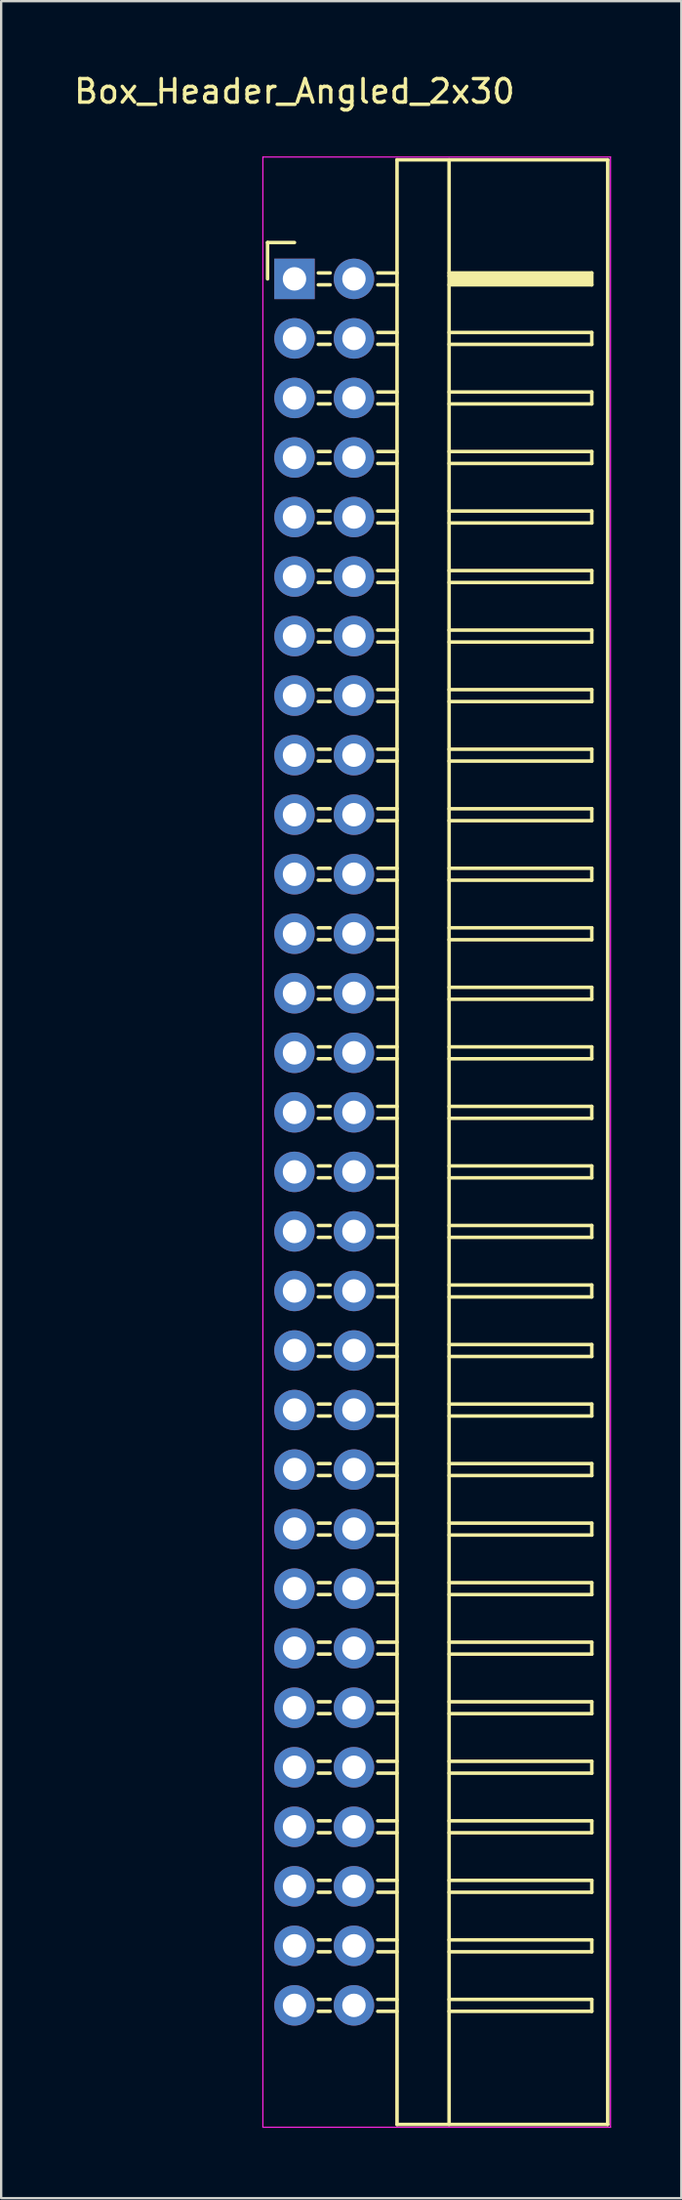
<source format=kicad_pcb>
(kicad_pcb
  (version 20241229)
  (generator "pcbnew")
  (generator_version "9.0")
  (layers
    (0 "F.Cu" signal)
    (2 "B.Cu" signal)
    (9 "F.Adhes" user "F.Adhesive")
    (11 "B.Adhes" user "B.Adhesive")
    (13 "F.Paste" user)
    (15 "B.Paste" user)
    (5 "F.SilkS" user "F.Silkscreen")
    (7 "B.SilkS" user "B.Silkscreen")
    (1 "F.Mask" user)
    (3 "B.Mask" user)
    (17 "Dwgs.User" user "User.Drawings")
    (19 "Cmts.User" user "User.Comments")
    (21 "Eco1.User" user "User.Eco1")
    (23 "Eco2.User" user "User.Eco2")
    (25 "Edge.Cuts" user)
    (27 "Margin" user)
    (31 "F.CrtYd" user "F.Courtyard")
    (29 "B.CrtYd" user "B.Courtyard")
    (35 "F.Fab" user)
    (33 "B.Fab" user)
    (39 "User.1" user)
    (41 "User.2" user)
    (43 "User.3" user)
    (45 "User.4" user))
  (footprint "Box_Header_Angled_2x30"
    (layer "F.Cu")
    (at 9.53 8.848)
    (property "Reference" "Box_Header_Angled_2x30" (at 0 -8 0) (layer "F.SilkS") (effects (font (size 1 1) (thickness 0.15))))
    (attr through_hole)
    (fp_line (start -1.15 -1.55) (end -1.15 0) (stroke (width 0.15) (type solid)) (layer "F.SilkS"))
    (fp_line (start 0 -1.55) (end -1.15 -1.55) (stroke (width 0.15) (type solid)) (layer "F.SilkS"))
    (fp_line (start 1.524 -0.254) (end 1.016 -0.254) (stroke (width 0.15) (type solid)) (layer "F.SilkS"))
    (fp_line (start 1.524 0.254) (end 1.016 0.254) (stroke (width 0.15) (type solid)) (layer "F.SilkS"))
    (fp_line (start 1.524 2.286) (end 1.016 2.286) (stroke (width 0.15) (type solid)) (layer "F.SilkS"))
    (fp_line (start 1.524 2.794) (end 1.016 2.794) (stroke (width 0.15) (type solid)) (layer "F.SilkS"))
    (fp_line (start 1.524 4.826) (end 1.016 4.826) (stroke (width 0.15) (type solid)) (layer "F.SilkS"))
    (fp_line (start 1.524 5.334) (end 1.016 5.334) (stroke (width 0.15) (type solid)) (layer "F.SilkS"))
    (fp_line (start 1.524 7.366) (end 1.016 7.366) (stroke (width 0.15) (type solid)) (layer "F.SilkS"))
    (fp_line (start 1.524 7.874) (end 1.016 7.874) (stroke (width 0.15) (type solid)) (layer "F.SilkS"))
    (fp_line (start 1.524 9.906) (end 1.016 9.906) (stroke (width 0.15) (type solid)) (layer "F.SilkS"))
    (fp_line (start 1.524 10.414) (end 1.016 10.414) (stroke (width 0.15) (type solid)) (layer "F.SilkS"))
    (fp_line (start 1.524 12.446) (end 1.016 12.446) (stroke (width 0.15) (type solid)) (layer "F.SilkS"))
    (fp_line (start 1.524 12.954) (end 1.016 12.954) (stroke (width 0.15) (type solid)) (layer "F.SilkS"))
    (fp_line (start 1.524 14.986) (end 1.016 14.986) (stroke (width 0.15) (type solid)) (layer "F.SilkS"))
    (fp_line (start 1.524 15.494) (end 1.016 15.494) (stroke (width 0.15) (type solid)) (layer "F.SilkS"))
    (fp_line (start 1.524 17.526) (end 1.016 17.526) (stroke (width 0.15) (type solid)) (layer "F.SilkS"))
    (fp_line (start 1.524 18.034) (end 1.016 18.034) (stroke (width 0.15) (type solid)) (layer "F.SilkS"))
    (fp_line (start 1.524 20.066) (end 1.016 20.066) (stroke (width 0.15) (type solid)) (layer "F.SilkS"))
    (fp_line (start 1.524 20.574) (end 1.016 20.574) (stroke (width 0.15) (type solid)) (layer "F.SilkS"))
    (fp_line (start 1.524 22.606) (end 1.016 22.606) (stroke (width 0.15) (type solid)) (layer "F.SilkS"))
    (fp_line (start 1.524 23.114) (end 1.016 23.114) (stroke (width 0.15) (type solid)) (layer "F.SilkS"))
    (fp_line (start 1.524 25.146) (end 1.016 25.146) (stroke (width 0.15) (type solid)) (layer "F.SilkS"))
    (fp_line (start 1.524 25.654) (end 1.016 25.654) (stroke (width 0.15) (type solid)) (layer "F.SilkS"))
    (fp_line (start 1.524 27.686) (end 1.016 27.686) (stroke (width 0.15) (type solid)) (layer "F.SilkS"))
    (fp_line (start 1.524 28.194) (end 1.016 28.194) (stroke (width 0.15) (type solid)) (layer "F.SilkS"))
    (fp_line (start 1.524 30.226) (end 1.016 30.226) (stroke (width 0.15) (type solid)) (layer "F.SilkS"))
    (fp_line (start 1.524 30.734) (end 1.016 30.734) (stroke (width 0.15) (type solid)) (layer "F.SilkS"))
    (fp_line (start 1.524 32.766) (end 1.016 32.766) (stroke (width 0.15) (type solid)) (layer "F.SilkS"))
    (fp_line (start 1.524 33.274) (end 1.016 33.274) (stroke (width 0.15) (type solid)) (layer "F.SilkS"))
    (fp_line (start 1.524 35.306) (end 1.016 35.306) (stroke (width 0.15) (type solid)) (layer "F.SilkS"))
    (fp_line (start 1.524 35.814) (end 1.016 35.814) (stroke (width 0.15) (type solid)) (layer "F.SilkS"))
    (fp_line (start 1.524 37.846) (end 1.016 37.846) (stroke (width 0.15) (type solid)) (layer "F.SilkS"))
    (fp_line (start 1.524 38.354) (end 1.016 38.354) (stroke (width 0.15) (type solid)) (layer "F.SilkS"))
    (fp_line (start 1.524 40.386) (end 1.016 40.386) (stroke (width 0.15) (type solid)) (layer "F.SilkS"))
    (fp_line (start 1.524 40.894) (end 1.016 40.894) (stroke (width 0.15) (type solid)) (layer "F.SilkS"))
    (fp_line (start 1.524 42.926) (end 1.016 42.926) (stroke (width 0.15) (type solid)) (layer "F.SilkS"))
    (fp_line (start 1.524 43.434) (end 1.016 43.434) (stroke (width 0.15) (type solid)) (layer "F.SilkS"))
    (fp_line (start 1.524 45.466) (end 1.016 45.466) (stroke (width 0.15) (type solid)) (layer "F.SilkS"))
    (fp_line (start 1.524 45.974) (end 1.016 45.974) (stroke (width 0.15) (type solid)) (layer "F.SilkS"))
    (fp_line (start 1.524 48.006) (end 1.016 48.006) (stroke (width 0.15) (type solid)) (layer "F.SilkS"))
    (fp_line (start 1.524 48.514) (end 1.016 48.514) (stroke (width 0.15) (type solid)) (layer "F.SilkS"))
    (fp_line (start 1.524 50.546) (end 1.016 50.546) (stroke (width 0.15) (type solid)) (layer "F.SilkS"))
    (fp_line (start 1.524 51.054) (end 1.016 51.054) (stroke (width 0.15) (type solid)) (layer "F.SilkS"))
    (fp_line (start 1.524 53.086) (end 1.016 53.086) (stroke (width 0.15) (type solid)) (layer "F.SilkS"))
    (fp_line (start 1.524 53.594) (end 1.016 53.594) (stroke (width 0.15) (type solid)) (layer "F.SilkS"))
    (fp_line (start 1.524 55.626) (end 1.016 55.626) (stroke (width 0.15) (type solid)) (layer "F.SilkS"))
    (fp_line (start 1.524 56.134) (end 1.016 56.134) (stroke (width 0.15) (type solid)) (layer "F.SilkS"))
    (fp_line (start 1.524 58.166) (end 1.016 58.166) (stroke (width 0.15) (type solid)) (layer "F.SilkS"))
    (fp_line (start 1.524 58.674) (end 1.016 58.674) (stroke (width 0.15) (type solid)) (layer "F.SilkS"))
    (fp_line (start 1.524 60.706) (end 1.016 60.706) (stroke (width 0.15) (type solid)) (layer "F.SilkS"))
    (fp_line (start 1.524 61.214) (end 1.016 61.214) (stroke (width 0.15) (type solid)) (layer "F.SilkS"))
    (fp_line (start 1.524 63.246) (end 1.016 63.246) (stroke (width 0.15) (type solid)) (layer "F.SilkS"))
    (fp_line (start 1.524 63.754) (end 1.016 63.754) (stroke (width 0.15) (type solid)) (layer "F.SilkS"))
    (fp_line (start 1.524 65.786) (end 1.016 65.786) (stroke (width 0.15) (type solid)) (layer "F.SilkS"))
    (fp_line (start 1.524 66.294) (end 1.016 66.294) (stroke (width 0.15) (type solid)) (layer "F.SilkS"))
    (fp_line (start 1.524 68.326) (end 1.016 68.326) (stroke (width 0.15) (type solid)) (layer "F.SilkS"))
    (fp_line (start 1.524 68.834) (end 1.016 68.834) (stroke (width 0.15) (type solid)) (layer "F.SilkS"))
    (fp_line (start 1.524 70.866) (end 1.016 70.866) (stroke (width 0.15) (type solid)) (layer "F.SilkS"))
    (fp_line (start 1.524 71.374) (end 1.016 71.374) (stroke (width 0.15) (type solid)) (layer "F.SilkS"))
    (fp_line (start 1.524 73.406) (end 1.016 73.406) (stroke (width 0.15) (type solid)) (layer "F.SilkS"))
    (fp_line (start 1.524 73.914) (end 1.016 73.914) (stroke (width 0.15) (type solid)) (layer "F.SilkS"))
    (fp_line (start 4.38 -5.08) (end 4.38 78.74) (stroke (width 0.15) (type solid)) (layer "F.SilkS"))
    (fp_line (start 4.38 -5.08) (end 13.38 -5.08) (stroke (width 0.15) (type solid)) (layer "F.SilkS"))
    (fp_line (start 4.38 -0.254) (end 3.556 -0.254) (stroke (width 0.15) (type solid)) (layer "F.SilkS"))
    (fp_line (start 4.38 0.254) (end 3.556 0.254) (stroke (width 0.15) (type solid)) (layer "F.SilkS"))
    (fp_line (start 4.38 2.286) (end 3.556 2.286) (stroke (width 0.15) (type solid)) (layer "F.SilkS"))
    (fp_line (start 4.38 2.794) (end 3.556 2.794) (stroke (width 0.15) (type solid)) (layer "F.SilkS"))
    (fp_line (start 4.38 4.826) (end 3.556 4.826) (stroke (width 0.15) (type solid)) (layer "F.SilkS"))
    (fp_line (start 4.38 5.334) (end 3.556 5.334) (stroke (width 0.15) (type solid)) (layer "F.SilkS"))
    (fp_line (start 4.38 7.366) (end 3.556 7.366) (stroke (width 0.15) (type solid)) (layer "F.SilkS"))
    (fp_line (start 4.38 7.874) (end 3.556 7.874) (stroke (width 0.15) (type solid)) (layer "F.SilkS"))
    (fp_line (start 4.38 9.906) (end 3.556 9.906) (stroke (width 0.15) (type solid)) (layer "F.SilkS"))
    (fp_line (start 4.38 10.414) (end 3.556 10.414) (stroke (width 0.15) (type solid)) (layer "F.SilkS"))
    (fp_line (start 4.38 12.446) (end 3.556 12.446) (stroke (width 0.15) (type solid)) (layer "F.SilkS"))
    (fp_line (start 4.38 12.954) (end 3.556 12.954) (stroke (width 0.15) (type solid)) (layer "F.SilkS"))
    (fp_line (start 4.38 14.986) (end 3.556 14.986) (stroke (width 0.15) (type solid)) (layer "F.SilkS"))
    (fp_line (start 4.38 15.494) (end 3.556 15.494) (stroke (width 0.15) (type solid)) (layer "F.SilkS"))
    (fp_line (start 4.38 17.526) (end 3.556 17.526) (stroke (width 0.15) (type solid)) (layer "F.SilkS"))
    (fp_line (start 4.38 18.034) (end 3.556 18.034) (stroke (width 0.15) (type solid)) (layer "F.SilkS"))
    (fp_line (start 4.38 20.066) (end 3.556 20.066) (stroke (width 0.15) (type solid)) (layer "F.SilkS"))
    (fp_line (start 4.38 20.574) (end 3.556 20.574) (stroke (width 0.15) (type solid)) (layer "F.SilkS"))
    (fp_line (start 4.38 22.606) (end 3.556 22.606) (stroke (width 0.15) (type solid)) (layer "F.SilkS"))
    (fp_line (start 4.38 23.114) (end 3.556 23.114) (stroke (width 0.15) (type solid)) (layer "F.SilkS"))
    (fp_line (start 4.38 25.146) (end 3.556 25.146) (stroke (width 0.15) (type solid)) (layer "F.SilkS"))
    (fp_line (start 4.38 25.654) (end 3.556 25.654) (stroke (width 0.15) (type solid)) (layer "F.SilkS"))
    (fp_line (start 4.38 27.686) (end 3.556 27.686) (stroke (width 0.15) (type solid)) (layer "F.SilkS"))
    (fp_line (start 4.38 28.194) (end 3.556 28.194) (stroke (width 0.15) (type solid)) (layer "F.SilkS"))
    (fp_line (start 4.38 30.226) (end 3.556 30.226) (stroke (width 0.15) (type solid)) (layer "F.SilkS"))
    (fp_line (start 4.38 30.734) (end 3.556 30.734) (stroke (width 0.15) (type solid)) (layer "F.SilkS"))
    (fp_line (start 4.38 32.766) (end 3.556 32.766) (stroke (width 0.15) (type solid)) (layer "F.SilkS"))
    (fp_line (start 4.38 33.274) (end 3.556 33.274) (stroke (width 0.15) (type solid)) (layer "F.SilkS"))
    (fp_line (start 4.38 35.306) (end 3.556 35.306) (stroke (width 0.15) (type solid)) (layer "F.SilkS"))
    (fp_line (start 4.38 35.814) (end 3.556 35.814) (stroke (width 0.15) (type solid)) (layer "F.SilkS"))
    (fp_line (start 4.38 37.846) (end 3.556 37.846) (stroke (width 0.15) (type solid)) (layer "F.SilkS"))
    (fp_line (start 4.38 38.354) (end 3.556 38.354) (stroke (width 0.15) (type solid)) (layer "F.SilkS"))
    (fp_line (start 4.38 40.386) (end 3.556 40.386) (stroke (width 0.15) (type solid)) (layer "F.SilkS"))
    (fp_line (start 4.38 40.894) (end 3.556 40.894) (stroke (width 0.15) (type solid)) (layer "F.SilkS"))
    (fp_line (start 4.38 42.926) (end 3.556 42.926) (stroke (width 0.15) (type solid)) (layer "F.SilkS"))
    (fp_line (start 4.38 43.434) (end 3.556 43.434) (stroke (width 0.15) (type solid)) (layer "F.SilkS"))
    (fp_line (start 4.38 45.466) (end 3.556 45.466) (stroke (width 0.15) (type solid)) (layer "F.SilkS"))
    (fp_line (start 4.38 45.974) (end 3.556 45.974) (stroke (width 0.15) (type solid)) (layer "F.SilkS"))
    (fp_line (start 4.38 48.006) (end 3.556 48.006) (stroke (width 0.15) (type solid)) (layer "F.SilkS"))
    (fp_line (start 4.38 48.514) (end 3.556 48.514) (stroke (width 0.15) (type solid)) (layer "F.SilkS"))
    (fp_line (start 4.38 50.546) (end 3.556 50.546) (stroke (width 0.15) (type solid)) (layer "F.SilkS"))
    (fp_line (start 4.38 51.054) (end 3.556 51.054) (stroke (width 0.15) (type solid)) (layer "F.SilkS"))
    (fp_line (start 4.38 53.086) (end 3.556 53.086) (stroke (width 0.15) (type solid)) (layer "F.SilkS"))
    (fp_line (start 4.38 53.594) (end 3.556 53.594) (stroke (width 0.15) (type solid)) (layer "F.SilkS"))
    (fp_line (start 4.38 55.626) (end 3.556 55.626) (stroke (width 0.15) (type solid)) (layer "F.SilkS"))
    (fp_line (start 4.38 56.134) (end 3.556 56.134) (stroke (width 0.15) (type solid)) (layer "F.SilkS"))
    (fp_line (start 4.38 58.166) (end 3.556 58.166) (stroke (width 0.15) (type solid)) (layer "F.SilkS"))
    (fp_line (start 4.38 58.674) (end 3.556 58.674) (stroke (width 0.15) (type solid)) (layer "F.SilkS"))
    (fp_line (start 4.38 60.706) (end 3.556 60.706) (stroke (width 0.15) (type solid)) (layer "F.SilkS"))
    (fp_line (start 4.38 61.214) (end 3.556 61.214) (stroke (width 0.15) (type solid)) (layer "F.SilkS"))
    (fp_line (start 4.38 63.246) (end 3.556 63.246) (stroke (width 0.15) (type solid)) (layer "F.SilkS"))
    (fp_line (start 4.38 63.754) (end 3.556 63.754) (stroke (width 0.15) (type solid)) (layer "F.SilkS"))
    (fp_line (start 4.38 65.786) (end 3.556 65.786) (stroke (width 0.15) (type solid)) (layer "F.SilkS"))
    (fp_line (start 4.38 66.294) (end 3.556 66.294) (stroke (width 0.15) (type solid)) (layer "F.SilkS"))
    (fp_line (start 4.38 68.326) (end 3.556 68.326) (stroke (width 0.15) (type solid)) (layer "F.SilkS"))
    (fp_line (start 4.38 68.834) (end 3.556 68.834) (stroke (width 0.15) (type solid)) (layer "F.SilkS"))
    (fp_line (start 4.38 70.866) (end 3.556 70.866) (stroke (width 0.15) (type solid)) (layer "F.SilkS"))
    (fp_line (start 4.38 71.374) (end 3.556 71.374) (stroke (width 0.15) (type solid)) (layer "F.SilkS"))
    (fp_line (start 4.38 73.406) (end 3.556 73.406) (stroke (width 0.15) (type solid)) (layer "F.SilkS"))
    (fp_line (start 4.38 73.914) (end 3.556 73.914) (stroke (width 0.15) (type solid)) (layer "F.SilkS"))
    (fp_line (start 4.38 78.74) (end 13.38 78.74) (stroke (width 0.15) (type solid)) (layer "F.SilkS"))
    (fp_line (start 6.604 -5.08) (end 6.604 78.74) (stroke (width 0.15) (type solid)) (layer "F.SilkS"))
    (fp_line (start 6.604 -0.254) (end 12.7 -0.254) (stroke (width 0.15) (type solid)) (layer "F.SilkS"))
    (fp_line (start 6.604 -0.127) (end 12.573 -0.127) (stroke (width 0.15) (type solid)) (layer "F.SilkS"))
    (fp_line (start 6.604 2.286) (end 12.7 2.286) (stroke (width 0.15) (type solid)) (layer "F.SilkS"))
    (fp_line (start 6.604 4.826) (end 12.7 4.826) (stroke (width 0.15) (type solid)) (layer "F.SilkS"))
    (fp_line (start 6.604 7.366) (end 12.7 7.366) (stroke (width 0.15) (type solid)) (layer "F.SilkS"))
    (fp_line (start 6.604 9.906) (end 12.7 9.906) (stroke (width 0.15) (type solid)) (layer "F.SilkS"))
    (fp_line (start 6.604 12.446) (end 12.7 12.446) (stroke (width 0.15) (type solid)) (layer "F.SilkS"))
    (fp_line (start 6.604 14.986) (end 12.7 14.986) (stroke (width 0.15) (type solid)) (layer "F.SilkS"))
    (fp_line (start 6.604 17.526) (end 12.7 17.526) (stroke (width 0.15) (type solid)) (layer "F.SilkS"))
    (fp_line (start 6.604 20.066) (end 12.7 20.066) (stroke (width 0.15) (type solid)) (layer "F.SilkS"))
    (fp_line (start 6.604 22.606) (end 12.7 22.606) (stroke (width 0.15) (type solid)) (layer "F.SilkS"))
    (fp_line (start 6.604 25.146) (end 12.7 25.146) (stroke (width 0.15) (type solid)) (layer "F.SilkS"))
    (fp_line (start 6.604 27.686) (end 12.7 27.686) (stroke (width 0.15) (type solid)) (layer "F.SilkS"))
    (fp_line (start 6.604 30.226) (end 12.7 30.226) (stroke (width 0.15) (type solid)) (layer "F.SilkS"))
    (fp_line (start 6.604 32.766) (end 12.7 32.766) (stroke (width 0.15) (type solid)) (layer "F.SilkS"))
    (fp_line (start 6.604 35.306) (end 12.7 35.306) (stroke (width 0.15) (type solid)) (layer "F.SilkS"))
    (fp_line (start 6.604 37.846) (end 12.7 37.846) (stroke (width 0.15) (type solid)) (layer "F.SilkS"))
    (fp_line (start 6.604 40.386) (end 12.7 40.386) (stroke (width 0.15) (type solid)) (layer "F.SilkS"))
    (fp_line (start 6.604 42.926) (end 12.7 42.926) (stroke (width 0.15) (type solid)) (layer "F.SilkS"))
    (fp_line (start 6.604 45.466) (end 12.7 45.466) (stroke (width 0.15) (type solid)) (layer "F.SilkS"))
    (fp_line (start 6.604 48.006) (end 12.7 48.006) (stroke (width 0.15) (type solid)) (layer "F.SilkS"))
    (fp_line (start 6.604 50.546) (end 12.7 50.546) (stroke (width 0.15) (type solid)) (layer "F.SilkS"))
    (fp_line (start 6.604 53.086) (end 12.7 53.086) (stroke (width 0.15) (type solid)) (layer "F.SilkS"))
    (fp_line (start 6.604 55.626) (end 12.7 55.626) (stroke (width 0.15) (type solid)) (layer "F.SilkS"))
    (fp_line (start 6.604 58.166) (end 12.7 58.166) (stroke (width 0.15) (type solid)) (layer "F.SilkS"))
    (fp_line (start 6.604 60.706) (end 12.7 60.706) (stroke (width 0.15) (type solid)) (layer "F.SilkS"))
    (fp_line (start 6.604 63.246) (end 12.7 63.246) (stroke (width 0.15) (type solid)) (layer "F.SilkS"))
    (fp_line (start 6.604 65.786) (end 12.7 65.786) (stroke (width 0.15) (type solid)) (layer "F.SilkS"))
    (fp_line (start 6.604 68.326) (end 12.7 68.326) (stroke (width 0.15) (type solid)) (layer "F.SilkS"))
    (fp_line (start 6.604 70.866) (end 12.7 70.866) (stroke (width 0.15) (type solid)) (layer "F.SilkS"))
    (fp_line (start 6.604 73.406) (end 12.7 73.406) (stroke (width 0.15) (type solid)) (layer "F.SilkS"))
    (fp_line (start 6.731 0) (end 12.573 0) (stroke (width 0.15) (type solid)) (layer "F.SilkS"))
    (fp_line (start 6.731 0.127) (end 6.731 0) (stroke (width 0.15) (type solid)) (layer "F.SilkS"))
    (fp_line (start 12.573 -0.127) (end 12.573 0.127) (stroke (width 0.15) (type solid)) (layer "F.SilkS"))
    (fp_line (start 12.573 0.127) (end 6.731 0.127) (stroke (width 0.15) (type solid)) (layer "F.SilkS"))
    (fp_line (start 12.7 -0.254) (end 12.7 0.254) (stroke (width 0.15) (type solid)) (layer "F.SilkS"))
    (fp_line (start 12.7 0.254) (end 6.604 0.254) (stroke (width 0.15) (type solid)) (layer "F.SilkS"))
    (fp_line (start 12.7 2.286) (end 12.7 2.794) (stroke (width 0.15) (type solid)) (layer "F.SilkS"))
    (fp_line (start 12.7 2.794) (end 6.604 2.794) (stroke (width 0.15) (type solid)) (layer "F.SilkS"))
    (fp_line (start 12.7 4.826) (end 12.7 5.334) (stroke (width 0.15) (type solid)) (layer "F.SilkS"))
    (fp_line (start 12.7 5.334) (end 6.604 5.334) (stroke (width 0.15) (type solid)) (layer "F.SilkS"))
    (fp_line (start 12.7 7.366) (end 12.7 7.874) (stroke (width 0.15) (type solid)) (layer "F.SilkS"))
    (fp_line (start 12.7 7.874) (end 6.604 7.874) (stroke (width 0.15) (type solid)) (layer "F.SilkS"))
    (fp_line (start 12.7 9.906) (end 12.7 10.414) (stroke (width 0.15) (type solid)) (layer "F.SilkS"))
    (fp_line (start 12.7 10.414) (end 6.604 10.414) (stroke (width 0.15) (type solid)) (layer "F.SilkS"))
    (fp_line (start 12.7 12.446) (end 12.7 12.954) (stroke (width 0.15) (type solid)) (layer "F.SilkS"))
    (fp_line (start 12.7 12.954) (end 6.604 12.954) (stroke (width 0.15) (type solid)) (layer "F.SilkS"))
    (fp_line (start 12.7 14.986) (end 12.7 15.494) (stroke (width 0.15) (type solid)) (layer "F.SilkS"))
    (fp_line (start 12.7 15.494) (end 6.604 15.494) (stroke (width 0.15) (type solid)) (layer "F.SilkS"))
    (fp_line (start 12.7 17.526) (end 12.7 18.034) (stroke (width 0.15) (type solid)) (layer "F.SilkS"))
    (fp_line (start 12.7 18.034) (end 6.604 18.034) (stroke (width 0.15) (type solid)) (layer "F.SilkS"))
    (fp_line (start 12.7 20.066) (end 12.7 20.574) (stroke (width 0.15) (type solid)) (layer "F.SilkS"))
    (fp_line (start 12.7 20.574) (end 6.604 20.574) (stroke (width 0.15) (type solid)) (layer "F.SilkS"))
    (fp_line (start 12.7 22.606) (end 12.7 23.114) (stroke (width 0.15) (type solid)) (layer "F.SilkS"))
    (fp_line (start 12.7 23.114) (end 6.604 23.114) (stroke (width 0.15) (type solid)) (layer "F.SilkS"))
    (fp_line (start 12.7 25.146) (end 12.7 25.654) (stroke (width 0.15) (type solid)) (layer "F.SilkS"))
    (fp_line (start 12.7 25.654) (end 6.604 25.654) (stroke (width 0.15) (type solid)) (layer "F.SilkS"))
    (fp_line (start 12.7 27.686) (end 12.7 28.194) (stroke (width 0.15) (type solid)) (layer "F.SilkS"))
    (fp_line (start 12.7 28.194) (end 6.604 28.194) (stroke (width 0.15) (type solid)) (layer "F.SilkS"))
    (fp_line (start 12.7 30.226) (end 12.7 30.734) (stroke (width 0.15) (type solid)) (layer "F.SilkS"))
    (fp_line (start 12.7 30.734) (end 6.604 30.734) (stroke (width 0.15) (type solid)) (layer "F.SilkS"))
    (fp_line (start 12.7 32.766) (end 12.7 33.274) (stroke (width 0.15) (type solid)) (layer "F.SilkS"))
    (fp_line (start 12.7 33.274) (end 6.604 33.274) (stroke (width 0.15) (type solid)) (layer "F.SilkS"))
    (fp_line (start 12.7 35.306) (end 12.7 35.814) (stroke (width 0.15) (type solid)) (layer "F.SilkS"))
    (fp_line (start 12.7 35.814) (end 6.604 35.814) (stroke (width 0.15) (type solid)) (layer "F.SilkS"))
    (fp_line (start 12.7 37.846) (end 12.7 38.354) (stroke (width 0.15) (type solid)) (layer "F.SilkS"))
    (fp_line (start 12.7 38.354) (end 6.604 38.354) (stroke (width 0.15) (type solid)) (layer "F.SilkS"))
    (fp_line (start 12.7 40.386) (end 12.7 40.894) (stroke (width 0.15) (type solid)) (layer "F.SilkS"))
    (fp_line (start 12.7 40.894) (end 6.604 40.894) (stroke (width 0.15) (type solid)) (layer "F.SilkS"))
    (fp_line (start 12.7 42.926) (end 12.7 43.434) (stroke (width 0.15) (type solid)) (layer "F.SilkS"))
    (fp_line (start 12.7 43.434) (end 6.604 43.434) (stroke (width 0.15) (type solid)) (layer "F.SilkS"))
    (fp_line (start 12.7 45.466) (end 12.7 45.974) (stroke (width 0.15) (type solid)) (layer "F.SilkS"))
    (fp_line (start 12.7 45.974) (end 6.604 45.974) (stroke (width 0.15) (type solid)) (layer "F.SilkS"))
    (fp_line (start 12.7 48.006) (end 12.7 48.514) (stroke (width 0.15) (type solid)) (layer "F.SilkS"))
    (fp_line (start 12.7 48.514) (end 6.604 48.514) (stroke (width 0.15) (type solid)) (layer "F.SilkS"))
    (fp_line (start 12.7 50.546) (end 12.7 51.054) (stroke (width 0.15) (type solid)) (layer "F.SilkS"))
    (fp_line (start 12.7 51.054) (end 6.604 51.054) (stroke (width 0.15) (type solid)) (layer "F.SilkS"))
    (fp_line (start 12.7 53.086) (end 12.7 53.594) (stroke (width 0.15) (type solid)) (layer "F.SilkS"))
    (fp_line (start 12.7 53.594) (end 6.604 53.594) (stroke (width 0.15) (type solid)) (layer "F.SilkS"))
    (fp_line (start 12.7 55.626) (end 12.7 56.134) (stroke (width 0.15) (type solid)) (layer "F.SilkS"))
    (fp_line (start 12.7 56.134) (end 6.604 56.134) (stroke (width 0.15) (type solid)) (layer "F.SilkS"))
    (fp_line (start 12.7 58.166) (end 12.7 58.674) (stroke (width 0.15) (type solid)) (layer "F.SilkS"))
    (fp_line (start 12.7 58.674) (end 6.604 58.674) (stroke (width 0.15) (type solid)) (layer "F.SilkS"))
    (fp_line (start 12.7 60.706) (end 12.7 61.214) (stroke (width 0.15) (type solid)) (layer "F.SilkS"))
    (fp_line (start 12.7 61.214) (end 6.604 61.214) (stroke (width 0.15) (type solid)) (layer "F.SilkS"))
    (fp_line (start 12.7 63.246) (end 12.7 63.754) (stroke (width 0.15) (type solid)) (layer "F.SilkS"))
    (fp_line (start 12.7 63.754) (end 6.604 63.754) (stroke (width 0.15) (type solid)) (layer "F.SilkS"))
    (fp_line (start 12.7 65.786) (end 12.7 66.294) (stroke (width 0.15) (type solid)) (layer "F.SilkS"))
    (fp_line (start 12.7 66.294) (end 6.604 66.294) (stroke (width 0.15) (type solid)) (layer "F.SilkS"))
    (fp_line (start 12.7 68.326) (end 12.7 68.834) (stroke (width 0.15) (type solid)) (layer "F.SilkS"))
    (fp_line (start 12.7 68.834) (end 6.604 68.834) (stroke (width 0.15) (type solid)) (layer "F.SilkS"))
    (fp_line (start 12.7 70.866) (end 12.7 71.374) (stroke (width 0.15) (type solid)) (layer "F.SilkS"))
    (fp_line (start 12.7 71.374) (end 6.604 71.374) (stroke (width 0.15) (type solid)) (layer "F.SilkS"))
    (fp_line (start 12.7 73.406) (end 12.7 73.914) (stroke (width 0.15) (type solid)) (layer "F.SilkS"))
    (fp_line (start 12.7 73.914) (end 6.604 73.914) (stroke (width 0.15) (type solid)) (layer "F.SilkS"))
    (fp_line (start 13.38 -5.08) (end 13.38 78.74) (stroke (width 0.15) (type solid)) (layer "F.SilkS"))
    (fp_line (start -1.35 -5.2) (end -1.35 78.86) (stroke (width 0.05) (type solid)) (layer "F.CrtYd"))
    (fp_line (start -1.35 -5.2) (end 13.5 -5.2) (stroke (width 0.05) (type solid)) (layer "F.CrtYd"))
    (fp_line (start -1.35 78.86) (end 13.5 78.86) (stroke (width 0.05) (type solid)) (layer "F.CrtYd"))
    (fp_line (start 13.5 -5.2) (end 13.5 78.86) (stroke (width 0.05) (type solid)) (layer "F.CrtYd"))
    (pad "1" thru_hole rect (at 0 0) (size 1.727 1.727) (drill 1) (layers "*.Cu" "*.Mask"))
    (pad "2" thru_hole oval (at 2.54 0) (size 1.727 1.727) (drill 1) (layers "*.Cu" "*.Mask"))
    (pad "3" thru_hole oval (at 0 2.54) (size 1.727 1.727) (drill 1) (layers "*.Cu" "*.Mask"))
    (pad "4" thru_hole oval (at 2.54 2.54) (size 1.727 1.727) (drill 1) (layers "*.Cu" "*.Mask"))
    (pad "5" thru_hole oval (at 0 5.08) (size 1.727 1.727) (drill 1) (layers "*.Cu" "*.Mask"))
    (pad "6" thru_hole oval (at 2.54 5.08) (size 1.727 1.727) (drill 1) (layers "*.Cu" "*.Mask"))
    (pad "7" thru_hole oval (at 0 7.62) (size 1.727 1.727) (drill 1) (layers "*.Cu" "*.Mask"))
    (pad "8" thru_hole oval (at 2.54 7.62) (size 1.727 1.727) (drill 1) (layers "*.Cu" "*.Mask"))
    (pad "9" thru_hole oval (at 0 10.16) (size 1.727 1.727) (drill 1) (layers "*.Cu" "*.Mask"))
    (pad "10" thru_hole oval (at 2.54 10.16) (size 1.727 1.727) (drill 1) (layers "*.Cu" "*.Mask"))
    (pad "11" thru_hole oval (at 0 12.7) (size 1.727 1.727) (drill 1) (layers "*.Cu" "*.Mask"))
    (pad "12" thru_hole oval (at 2.54 12.7) (size 1.727 1.727) (drill 1) (layers "*.Cu" "*.Mask"))
    (pad "13" thru_hole oval (at 0 15.24) (size 1.727 1.727) (drill 1) (layers "*.Cu" "*.Mask"))
    (pad "14" thru_hole oval (at 2.54 15.24) (size 1.727 1.727) (drill 1) (layers "*.Cu" "*.Mask"))
    (pad "15" thru_hole oval (at 0 17.78) (size 1.727 1.727) (drill 1) (layers "*.Cu" "*.Mask"))
    (pad "16" thru_hole oval (at 2.54 17.78) (size 1.727 1.727) (drill 1) (layers "*.Cu" "*.Mask"))
    (pad "17" thru_hole oval (at 0 20.32) (size 1.727 1.727) (drill 1) (layers "*.Cu" "*.Mask"))
    (pad "18" thru_hole oval (at 2.54 20.32) (size 1.727 1.727) (drill 1) (layers "*.Cu" "*.Mask"))
    (pad "19" thru_hole oval (at 0 22.86) (size 1.727 1.727) (drill 1) (layers "*.Cu" "*.Mask"))
    (pad "20" thru_hole oval (at 2.54 22.86) (size 1.727 1.727) (drill 1) (layers "*.Cu" "*.Mask"))
    (pad "21" thru_hole oval (at 0 25.4) (size 1.727 1.727) (drill 1) (layers "*.Cu" "*.Mask"))
    (pad "22" thru_hole oval (at 2.54 25.4) (size 1.727 1.727) (drill 1) (layers "*.Cu" "*.Mask"))
    (pad "23" thru_hole oval (at 0 27.94) (size 1.727 1.727) (drill 1) (layers "*.Cu" "*.Mask"))
    (pad "24" thru_hole oval (at 2.54 27.94) (size 1.727 1.727) (drill 1) (layers "*.Cu" "*.Mask"))
    (pad "25" thru_hole oval (at 0 30.48) (size 1.727 1.727) (drill 1) (layers "*.Cu" "*.Mask"))
    (pad "26" thru_hole oval (at 2.54 30.48) (size 1.727 1.727) (drill 1) (layers "*.Cu" "*.Mask"))
    (pad "27" thru_hole oval (at 0 33.02) (size 1.727 1.727) (drill 1) (layers "*.Cu" "*.Mask"))
    (pad "28" thru_hole oval (at 2.54 33.02) (size 1.727 1.727) (drill 1) (layers "*.Cu" "*.Mask"))
    (pad "29" thru_hole oval (at 0 35.56) (size 1.727 1.727) (drill 1) (layers "*.Cu" "*.Mask"))
    (pad "30" thru_hole oval (at 2.54 35.56) (size 1.727 1.727) (drill 1) (layers "*.Cu" "*.Mask"))
    (pad "31" thru_hole oval (at 0 38.1) (size 1.727 1.727) (drill 1) (layers "*.Cu" "*.Mask"))
    (pad "32" thru_hole oval (at 2.54 38.1) (size 1.727 1.727) (drill 1) (layers "*.Cu" "*.Mask"))
    (pad "33" thru_hole oval (at 0 40.64) (size 1.727 1.727) (drill 1) (layers "*.Cu" "*.Mask"))
    (pad "34" thru_hole oval (at 2.54 40.64) (size 1.727 1.727) (drill 1) (layers "*.Cu" "*.Mask"))
    (pad "35" thru_hole oval (at 0 43.18) (size 1.727 1.727) (drill 1) (layers "*.Cu" "*.Mask"))
    (pad "36" thru_hole oval (at 2.54 43.18) (size 1.727 1.727) (drill 1) (layers "*.Cu" "*.Mask"))
    (pad "37" thru_hole oval (at 0 45.72) (size 1.727 1.727) (drill 1) (layers "*.Cu" "*.Mask"))
    (pad "38" thru_hole oval (at 2.54 45.72) (size 1.727 1.727) (drill 1) (layers "*.Cu" "*.Mask"))
    (pad "39" thru_hole oval (at 0 48.26) (size 1.727 1.727) (drill 1) (layers "*.Cu" "*.Mask"))
    (pad "40" thru_hole oval (at 2.54 48.26) (size 1.727 1.727) (drill 1) (layers "*.Cu" "*.Mask"))
    (pad "41" thru_hole oval (at 0 50.8) (size 1.727 1.727) (drill 1) (layers "*.Cu" "*.Mask"))
    (pad "42" thru_hole oval (at 2.54 50.8) (size 1.727 1.727) (drill 1) (layers "*.Cu" "*.Mask"))
    (pad "43" thru_hole oval (at 0 53.34) (size 1.727 1.727) (drill 1) (layers "*.Cu" "*.Mask"))
    (pad "44" thru_hole oval (at 2.54 53.34) (size 1.727 1.727) (drill 1) (layers "*.Cu" "*.Mask"))
    (pad "45" thru_hole oval (at 0 55.88) (size 1.727 1.727) (drill 1) (layers "*.Cu" "*.Mask"))
    (pad "46" thru_hole oval (at 2.54 55.88) (size 1.727 1.727) (drill 1) (layers "*.Cu" "*.Mask"))
    (pad "47" thru_hole oval (at 0 58.42) (size 1.727 1.727) (drill 1) (layers "*.Cu" "*.Mask"))
    (pad "48" thru_hole oval (at 2.54 58.42) (size 1.727 1.727) (drill 1) (layers "*.Cu" "*.Mask"))
    (pad "49" thru_hole oval (at 0 60.96) (size 1.727 1.727) (drill 1) (layers "*.Cu" "*.Mask"))
    (pad "50" thru_hole oval (at 2.54 60.96) (size 1.727 1.727) (drill 1) (layers "*.Cu" "*.Mask"))
    (pad "51" thru_hole oval (at 0 63.5) (size 1.727 1.727) (drill 1) (layers "*.Cu" "*.Mask"))
    (pad "52" thru_hole oval (at 2.54 63.5) (size 1.727 1.727) (drill 1) (layers "*.Cu" "*.Mask"))
    (pad "53" thru_hole oval (at 0 66.04) (size 1.727 1.727) (drill 1) (layers "*.Cu" "*.Mask"))
    (pad "54" thru_hole oval (at 2.54 66.04) (size 1.727 1.727) (drill 1) (layers "*.Cu" "*.Mask"))
    (pad "55" thru_hole oval (at 0 68.58) (size 1.727 1.727) (drill 1) (layers "*.Cu" "*.Mask"))
    (pad "56" thru_hole oval (at 2.54 68.58) (size 1.727 1.727) (drill 1) (layers "*.Cu" "*.Mask"))
    (pad "57" thru_hole oval (at 0 71.12) (size 1.727 1.727) (drill 1) (layers "*.Cu" "*.Mask"))
    (pad "58" thru_hole oval (at 2.54 71.12) (size 1.727 1.727) (drill 1) (layers "*.Cu" "*.Mask"))
    (pad "59" thru_hole oval (at 0 73.66) (size 1.727 1.727) (drill 1) (layers "*.Cu" "*.Mask"))
    (pad "60" thru_hole oval (at 2.54 73.66) (size 1.727 1.727) (drill 1) (layers "*.Cu" "*.Mask")))
  (gr_rect
    (start -3 -3)
    (end 26.055 90.733)
    (stroke (width 0.1) (type default))
    (fill no)
    (layer "Edge.Cuts")))
</source>
